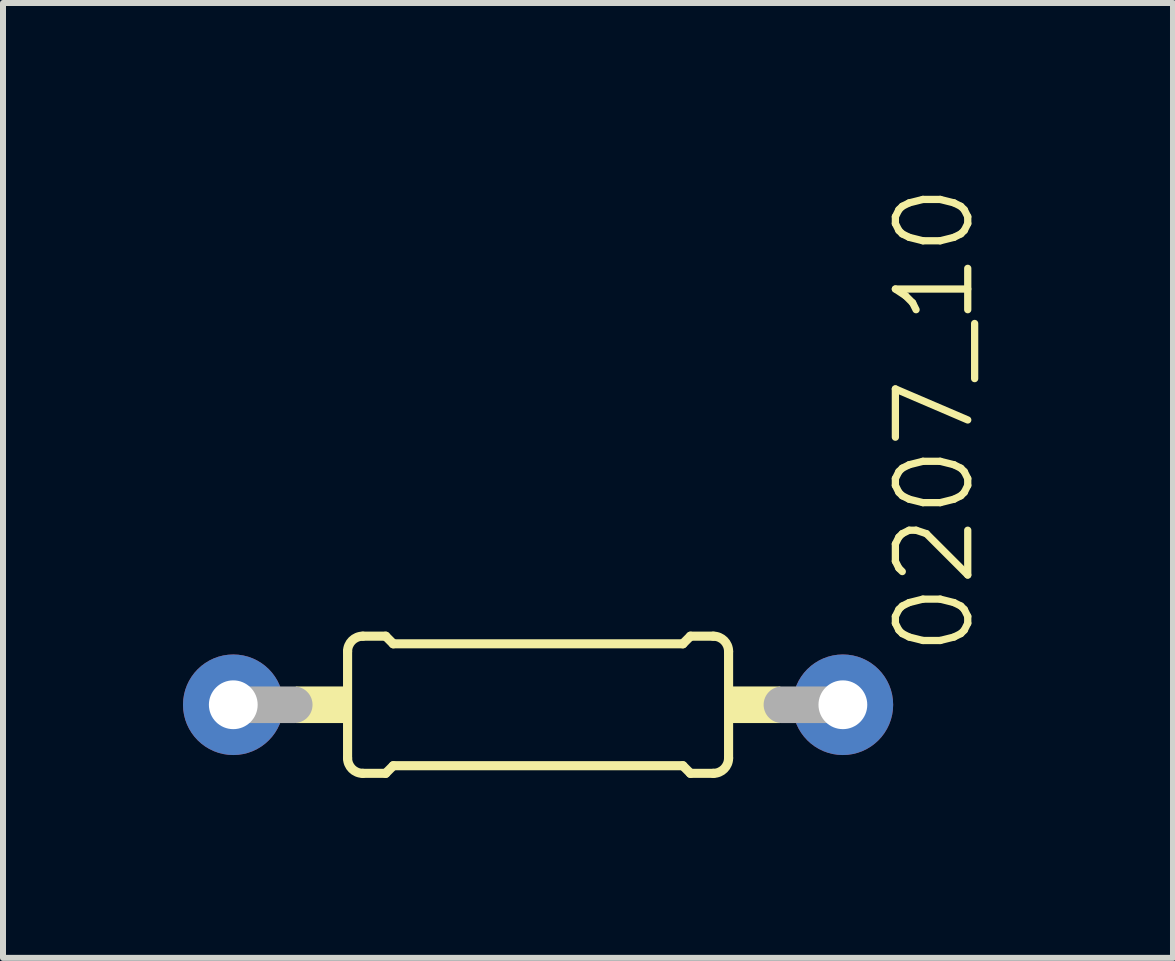
<source format=kicad_pcb>
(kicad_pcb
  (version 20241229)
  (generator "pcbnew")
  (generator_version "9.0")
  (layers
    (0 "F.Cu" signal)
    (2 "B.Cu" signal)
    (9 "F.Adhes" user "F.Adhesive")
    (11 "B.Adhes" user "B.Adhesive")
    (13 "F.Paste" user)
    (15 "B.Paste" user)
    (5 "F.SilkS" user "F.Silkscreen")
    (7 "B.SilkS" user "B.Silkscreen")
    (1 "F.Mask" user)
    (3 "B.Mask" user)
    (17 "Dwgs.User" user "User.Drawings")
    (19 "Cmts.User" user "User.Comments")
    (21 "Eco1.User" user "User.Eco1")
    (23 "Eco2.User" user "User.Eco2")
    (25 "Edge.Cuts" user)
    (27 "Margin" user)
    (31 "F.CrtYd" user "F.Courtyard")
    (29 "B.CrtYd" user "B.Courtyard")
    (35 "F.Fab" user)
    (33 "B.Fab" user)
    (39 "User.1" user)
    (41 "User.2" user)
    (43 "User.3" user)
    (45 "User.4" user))
  (footprint "0207_10"
    (layer "F.Cu")
    (at 5.918 8.696)
    (property "Reference" "0207_10" (at 7.315 -0.762 270) (layer "F.SilkS") (effects (font (size 1.206 1.206) (thickness 0.121)) (justify left bottom)))
    (attr through_hole)
    (fp_line (start -3.175 0.889) (end -3.175 -0.889) (stroke (width 0.152) (type solid)) (layer "F.SilkS"))
    (fp_line (start -2.921 -1.143) (end -2.54 -1.143) (stroke (width 0.152) (type solid)) (layer "F.SilkS"))
    (fp_line (start -2.921 1.143) (end -2.54 1.143) (stroke (width 0.152) (type solid)) (layer "F.SilkS"))
    (fp_line (start -2.413 -1.016) (end -2.54 -1.143) (stroke (width 0.152) (type solid)) (layer "F.SilkS"))
    (fp_line (start -2.413 1.016) (end -2.54 1.143) (stroke (width 0.152) (type solid)) (layer "F.SilkS"))
    (fp_line (start 2.413 -1.016) (end -2.413 -1.016) (stroke (width 0.152) (type solid)) (layer "F.SilkS"))
    (fp_line (start 2.413 -1.016) (end 2.54 -1.143) (stroke (width 0.152) (type solid)) (layer "F.SilkS"))
    (fp_line (start 2.413 1.016) (end -2.413 1.016) (stroke (width 0.152) (type solid)) (layer "F.SilkS"))
    (fp_line (start 2.413 1.016) (end 2.54 1.143) (stroke (width 0.152) (type solid)) (layer "F.SilkS"))
    (fp_line (start 2.921 -1.143) (end 2.54 -1.143) (stroke (width 0.152) (type solid)) (layer "F.SilkS"))
    (fp_line (start 2.921 1.143) (end 2.54 1.143) (stroke (width 0.152) (type solid)) (layer "F.SilkS"))
    (fp_line (start 3.175 0.889) (end 3.175 -0.889) (stroke (width 0.152) (type solid)) (layer "F.SilkS"))
    (fp_arc (start -3.175 -0.889) (mid -3.100605 -1.068605) (end -2.921 -1.143) (stroke (width 0.1524) (type solid)) (layer "F.SilkS"))
    (fp_arc (start -2.921 1.143) (mid -3.100605 1.068605) (end -3.175 0.889) (stroke (width 0.1524) (type solid)) (layer "F.SilkS"))
    (fp_arc (start 2.921 -1.143) (mid 3.100605 -1.068605) (end 3.175 -0.889) (stroke (width 0.1524) (type solid)) (layer "F.SilkS"))
    (fp_arc (start 3.175 0.889) (mid 3.100605 1.068605) (end 2.921 1.143) (stroke (width 0.1524) (type solid)) (layer "F.SilkS"))
    (fp_poly (pts (xy -4.039 0.305) (xy -3.175 0.305) (xy -3.175 -0.305) (xy -4.039 -0.305)) (stroke (width 0) (type solid)) (fill yes) (layer "F.SilkS"))
    (fp_poly (pts (xy 3.175 0.305) (xy 4.039 0.305) (xy 4.039 -0.305) (xy 3.175 -0.305)) (stroke (width 0) (type solid)) (fill yes) (layer "F.SilkS"))
    (fp_line (start -5.08 0) (end -4.064 0) (stroke (width 0.61) (type solid)) (layer "F.Fab"))
    (fp_line (start 5.08 0) (end 4.064 0) (stroke (width 0.61) (type solid)) (layer "F.Fab"))
    (pad "1" thru_hole circle (at -5.08 0) (size 1.676 1.676) (drill 0.813) (layers "*.Cu" "*.Mask"))
    (pad "2" thru_hole circle (at 5.08 0) (size 1.676 1.676) (drill 0.813) (layers "*.Cu" "*.Mask")))
  (gr_rect
    (start -3 -3)
    (end 16.5 12.915)
    (stroke (width 0.1) (type default))
    (fill no)
    (layer "Edge.Cuts")))
</source>
